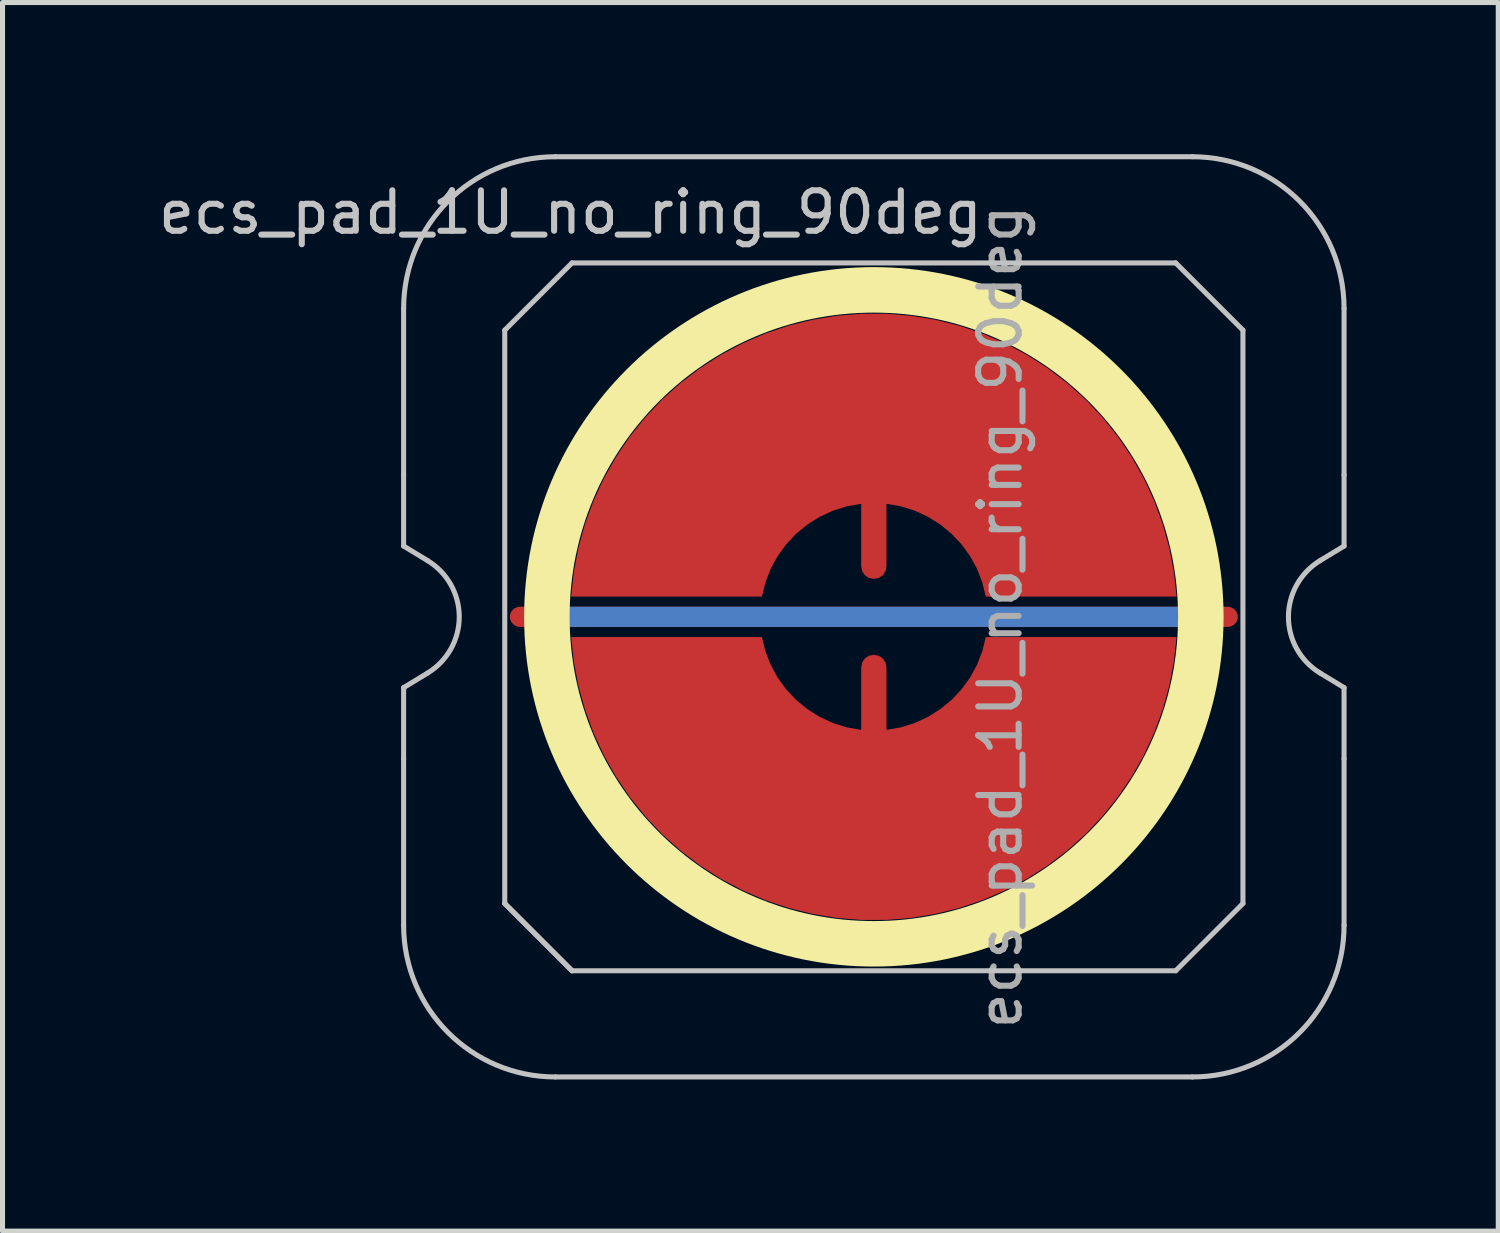
<source format=kicad_pcb>
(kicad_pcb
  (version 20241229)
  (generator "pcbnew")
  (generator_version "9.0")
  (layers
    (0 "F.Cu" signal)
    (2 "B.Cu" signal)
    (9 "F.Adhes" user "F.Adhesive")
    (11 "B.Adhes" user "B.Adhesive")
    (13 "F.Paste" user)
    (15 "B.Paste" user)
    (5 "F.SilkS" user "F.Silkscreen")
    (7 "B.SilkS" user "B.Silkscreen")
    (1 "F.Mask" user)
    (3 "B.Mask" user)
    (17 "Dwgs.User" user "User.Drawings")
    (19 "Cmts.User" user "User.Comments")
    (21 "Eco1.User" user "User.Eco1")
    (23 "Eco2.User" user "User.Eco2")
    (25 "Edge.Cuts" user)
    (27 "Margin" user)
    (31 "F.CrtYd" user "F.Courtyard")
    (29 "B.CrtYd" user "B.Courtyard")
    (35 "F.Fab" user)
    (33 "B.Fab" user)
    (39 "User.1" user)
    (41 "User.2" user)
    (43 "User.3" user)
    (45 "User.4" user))
  (footprint "ecs_pad_1U_no_ring_90deg"
    (layer "F.Cu")
    (at 14.233 9.15)
    (property "Reference" "ecs_pad_1U_no_ring_90deg" (at -6 -8 0) (layer "Dwgs.User") (effects (font (size 0.8 0.8) (thickness 0.12))))
    (attr smd)
    (fp_circle (center 0 0) (end 0 6.467) (stroke (width 0.9) (type solid)) (fill no) (layer "F.SilkS"))
    (fp_line (start -9.3 -2.805) (end -9.3 -6.1) (stroke (width 0.1) (type solid)) (layer "Dwgs.User"))
    (fp_line (start -9.3 -1.4) (end -9.3 -2.805) (stroke (width 0.1) (type solid)) (layer "Dwgs.User"))
    (fp_line (start -9.3 1.4) (end -8.824 1.111) (stroke (width 0.1) (type solid)) (layer "Dwgs.User"))
    (fp_line (start -9.3 2.805) (end -9.3 1.4) (stroke (width 0.1) (type solid)) (layer "Dwgs.User"))
    (fp_line (start -9.3 6.1) (end -9.3 2.805) (stroke (width 0.1) (type solid)) (layer "Dwgs.User"))
    (fp_line (start -8.824 -1.111) (end -9.3 -1.4) (stroke (width 0.1) (type solid)) (layer "Dwgs.User"))
    (fp_line (start -7.3 -5.67) (end -5.97 -7) (stroke (width 0.1) (type solid)) (layer "Dwgs.User"))
    (fp_line (start -7.3 5.67) (end -7.3 -5.67) (stroke (width 0.1) (type solid)) (layer "Dwgs.User"))
    (fp_line (start -7.3 5.67) (end -5.97 7) (stroke (width 0.1) (type solid)) (layer "Dwgs.User"))
    (fp_line (start -6.3 -9.1) (end 6.3 -9.1) (stroke (width 0.1) (type solid)) (layer "Dwgs.User"))
    (fp_line (start -5.97 -7) (end 5.97 -7) (stroke (width 0.1) (type solid)) (layer "Dwgs.User"))
    (fp_line (start -5.97 7) (end -7.3 5.67) (stroke (width 0.1) (type solid)) (layer "Dwgs.User"))
    (fp_line (start 5.97 -7) (end 7.3 -5.67) (stroke (width 0.1) (type solid)) (layer "Dwgs.User"))
    (fp_line (start 5.97 7) (end -5.97 7) (stroke (width 0.1) (type solid)) (layer "Dwgs.User"))
    (fp_line (start 6.3 9.1) (end -6.3 9.1) (stroke (width 0.1) (type solid)) (layer "Dwgs.User"))
    (fp_line (start 7.3 -5.67) (end 7.3 5.67) (stroke (width 0.1) (type solid)) (layer "Dwgs.User"))
    (fp_line (start 7.3 5.67) (end 5.97 7) (stroke (width 0.1) (type solid)) (layer "Dwgs.User"))
    (fp_line (start 8.824 1.111) (end 9.3 1.4) (stroke (width 0.1) (type solid)) (layer "Dwgs.User"))
    (fp_line (start 9.3 -6.1) (end 9.3 -2.805) (stroke (width 0.1) (type solid)) (layer "Dwgs.User"))
    (fp_line (start 9.3 -2.805) (end 9.3 -1.4) (stroke (width 0.1) (type solid)) (layer "Dwgs.User"))
    (fp_line (start 9.3 -1.4) (end 8.824 -1.111) (stroke (width 0.1) (type solid)) (layer "Dwgs.User"))
    (fp_line (start 9.3 1.4) (end 9.3 2.805) (stroke (width 0.1) (type solid)) (layer "Dwgs.User"))
    (fp_line (start 9.3 2.805) (end 9.3 6.1) (stroke (width 0.1) (type solid)) (layer "Dwgs.User"))
    (fp_arc (start -9.3 -6.1) (mid -8.42132 -8.22132) (end -6.3 -9.1) (stroke (width 0.1) (type solid)) (layer "Dwgs.User"))
    (fp_arc (start -8.824333 -1.110619) (mid -8.2 0) (end -8.824333 1.110619) (stroke (width 0.1) (type solid)) (layer "Dwgs.User"))
    (fp_arc (start -6.3 9.1) (mid -8.42132 8.22132) (end -9.3 6.1) (stroke (width 0.1) (type solid)) (layer "Dwgs.User"))
    (fp_arc (start 6.3 -9.1) (mid 8.42132 -8.22132) (end 9.3 -6.1) (stroke (width 0.1) (type solid)) (layer "Dwgs.User"))
    (fp_arc (start 8.824333 1.110619) (mid 8.2 0) (end 8.824333 -1.110619) (stroke (width 0.1) (type solid)) (layer "Dwgs.User"))
    (fp_arc (start 9.3 6.1) (mid 8.42132 8.22132) (end 6.3 9.1) (stroke (width 0.1) (type solid)) (layer "Dwgs.User"))
    (fp_text user "${REFERENCE}" (at 2.5 0 270) (layer "F.Fab") (effects (font (size 0.8 0.8) (thickness 0.12))))
    (pad "1" smd custom (at 0 -1 270) (size 0.4 0.4) (layers "F.Cu") (options (anchor circle)) (primitives (gr_poly (pts (xy 0.6 -2.214) (xy 0.32 -2.145) (xy 0.052 -2.041) (xy -0.201 -1.903) (xy -0.434 -1.734) (xy -0.644 -1.536) (xy -0.826 -1.314) (xy -0.979 -1.07) (xy -1.1 -0.808) (xy -1.186 -0.534) (xy -1.236 -0.25) (xy 0 -0.25) (xy 0.096 -0.231) (xy 0.177 -0.177) (xy 0.231 -0.096) (xy 0.25 0) (xy 0.231 0.096) (xy 0.177 0.177) (xy 0.096 0.231) (xy 0 0.25) (xy -1.236 0.25) (xy -1.186 0.534) (xy -1.1 0.808) (xy -0.979 1.07) (xy -0.826 1.314) (xy -0.644 1.536) (xy -0.434 1.734) (xy -0.201 1.903) (xy 0.052 2.041) (xy 0.32 2.145) (xy 0.6 2.214) (xy 0.6 5.987) (xy 0.115 5.934) (xy -0.364 5.843) (xy -0.834 5.713) (xy -1.292 5.545) (xy -1.735 5.341) (xy -2.159 5.101) (xy -2.563 4.827) (xy -2.943 4.522) (xy -3.298 4.187) (xy -3.623 3.824) (xy -3.919 3.436) (xy -4.182 3.025) (xy -4.41 2.594) (xy -4.603 2.147) (xy -4.759 1.684) (xy -4.876 1.211) (xy -4.955 0.73) (xy -4.995 0.244) (xy -4.995 -0.244) (xy -4.955 -0.73) (xy -4.876 -1.211) (xy -4.759 -1.684) (xy -4.603 -2.147) (xy -4.41 -2.594) (xy -4.182 -3.025) (xy -3.919 -3.436) (xy -3.623 -3.824) (xy -3.298 -4.187) (xy -2.943 -4.522) (xy -2.563 -4.827) (xy -2.159 -5.101) (xy -1.735 -5.341) (xy -1.292 -5.545) (xy -0.834 -5.713) (xy -0.364 -5.843) (xy 0.115 -5.934) (xy 0.6 -5.987)) (width 0) (fill yes))))
    (pad "2" smd custom (at 0 1 90) (size 0.4 0.4) (layers "F.Cu") (options (anchor circle)) (primitives (gr_poly (pts (xy 0.6 -2.214) (xy 0.32 -2.145) (xy 0.052 -2.041) (xy -0.201 -1.903) (xy -0.434 -1.734) (xy -0.644 -1.536) (xy -0.826 -1.314) (xy -0.979 -1.07) (xy -1.1 -0.808) (xy -1.186 -0.534) (xy -1.236 -0.25) (xy 0 -0.25) (xy 0.096 -0.231) (xy 0.177 -0.177) (xy 0.231 -0.096) (xy 0.25 0) (xy 0.231 0.096) (xy 0.177 0.177) (xy 0.096 0.231) (xy 0 0.25) (xy -1.236 0.25) (xy -1.186 0.534) (xy -1.1 0.808) (xy -0.979 1.07) (xy -0.826 1.314) (xy -0.644 1.536) (xy -0.434 1.734) (xy -0.201 1.903) (xy 0.052 2.041) (xy 0.32 2.145) (xy 0.6 2.214) (xy 0.6 5.987) (xy 0.115 5.934) (xy -0.364 5.843) (xy -0.834 5.713) (xy -1.292 5.545) (xy -1.735 5.341) (xy -2.159 5.101) (xy -2.563 4.827) (xy -2.943 4.522) (xy -3.298 4.187) (xy -3.623 3.824) (xy -3.919 3.436) (xy -4.182 3.025) (xy -4.41 2.594) (xy -4.603 2.147) (xy -4.759 1.684) (xy -4.876 1.211) (xy -4.955 0.73) (xy -4.995 0.244) (xy -4.995 -0.244) (xy -4.955 -0.73) (xy -4.876 -1.211) (xy -4.759 -1.684) (xy -4.603 -2.147) (xy -4.41 -2.594) (xy -4.182 -3.025) (xy -3.919 -3.436) (xy -3.623 -3.824) (xy -3.298 -4.187) (xy -2.943 -4.522) (xy -2.563 -4.827) (xy -2.159 -5.101) (xy -1.735 -5.341) (xy -1.292 -5.545) (xy -0.834 -5.713) (xy -0.364 -5.843) (xy 0.115 -5.934) (xy 0.6 -5.987)) (width 0) (fill yes))))
    (pad "3" smd custom (at 0 0 270) (size 0.4 0.4) (layers "F.Cu") (options (anchor rect)) (primitives (gr_line (start 0 -7) (end 0 7) (width 0.4))))
    (pad "3" smd custom (at 0 0 270) (size 0.4 0.4) (layers "B.Cu") (options (anchor rect)) (primitives (gr_line (start 0 -6.5) (end 0 6.5) (width 0.4))))
    (zone (net_name "") (layer "F.Cu") (hatch edge 0.508) (connect_pads) (min_thickness 0.254) (filled_areas_thickness no) (keepout (tracks allowed) (vias allowed) (pads allowed) (copperpour not_allowed) (footprints allowed)) (placement (enabled no)) (fill) (polygon (pts (xy 21.238 9.15) (xy 21.219 8.637) (xy 21.163 8.127) (xy 21.07 7.622) (xy 20.939 7.125) (xy 20.773 6.64) (xy 20.572 6.167) (xy 20.336 5.711) (xy 20.068 5.274) (xy 19.768 4.857) (xy 19.439 4.463) (xy 19.082 4.094) (xy 18.698 3.753) (xy 18.291 3.44) (xy 17.862 3.158) (xy 17.413 2.909) (xy 16.948 2.692) (xy 16.468 2.511) (xy 15.975 2.365) (xy 15.474 2.256) (xy 14.966 2.183) (xy 14.453 2.149) (xy 13.94 2.151) (xy 13.428 2.192) (xy 12.921 2.269) (xy 12.42 2.384) (xy 11.93 2.535) (xy 11.451 2.721) (xy 10.988 2.942) (xy 10.542 3.197) (xy 10.116 3.483) (xy 9.712 3.8) (xy 9.332 4.145) (xy 8.979 4.518) (xy 8.654 4.915) (xy 8.359 5.335) (xy 8.095 5.775) (xy 7.864 6.234) (xy 7.668 6.708) (xy 7.507 7.196) (xy 7.382 7.694) (xy 7.293 8.199) (xy 7.242 8.71) (xy 7.229 9.223) (xy 7.253 9.736) (xy 7.315 10.246) (xy 7.414 10.75) (xy 7.549 11.245) (xy 7.72 11.729) (xy 7.927 12.199) (xy 8.167 12.652) (xy 8.44 13.087) (xy 8.744 13.501) (xy 9.077 13.891) (xy 9.438 14.256) (xy 9.825 14.594) (xy 10.236 14.902) (xy 10.668 15.179) (xy 11.119 15.424) (xy 11.587 15.636) (xy 12.069 15.812) (xy 12.562 15.953) (xy 13.065 16.057) (xy 13.574 16.124) (xy 14.087 16.153) (xy 14.6 16.145) (xy 15.111 16.1) (xy 15.618 16.017) (xy 16.117 15.897) (xy 16.606 15.741) (xy 17.082 15.549) (xy 17.544 15.323) (xy 17.987 15.064) (xy 18.41 14.774) (xy 18.81 14.453) (xy 19.187 14.103) (xy 19.536 13.727) (xy 19.857 13.326) (xy 20.148 12.903) (xy 20.407 12.46) (xy 20.633 11.999) (xy 20.824 11.523) (xy 20.98 11.034) (xy 21.1 10.535) (xy 21.183 10.028) (xy 21.229 9.517))))
    (zone (net_name "") (layer "B.Cu") (hatch edge 0.508) (connect_pads) (min_thickness 0.254) (filled_areas_thickness no) (keepout (tracks allowed) (vias allowed) (pads allowed) (copperpour not_allowed) (footprints allowed)) (placement (enabled no)) (fill) (polygon (pts (xy 20.792 9.15) (xy 20.771 8.635) (xy 20.711 8.124) (xy 20.61 7.619) (xy 20.471 7.123) (xy 20.292 6.64) (xy 20.077 6.173) (xy 19.825 5.723) (xy 19.539 5.295) (xy 19.22 4.891) (xy 18.871 4.513) (xy 18.493 4.163) (xy 18.088 3.844) (xy 17.66 3.558) (xy 17.211 3.307) (xy 16.743 3.091) (xy 16.26 2.913) (xy 15.764 2.773) (xy 15.259 2.672) (xy 14.748 2.612) (xy 14.233 2.592) (xy 13.719 2.612) (xy 13.207 2.672) (xy 12.702 2.773) (xy 12.207 2.913) (xy 11.724 3.091) (xy 11.256 3.307) (xy 10.807 3.558) (xy 10.378 3.844) (xy 9.974 4.163) (xy 9.596 4.513) (xy 9.246 4.891) (xy 8.928 5.295) (xy 8.642 5.723) (xy 8.39 6.173) (xy 8.174 6.64) (xy 7.996 7.123) (xy 7.856 7.619) (xy 7.756 8.124) (xy 7.695 8.635) (xy 7.675 9.15) (xy 7.695 9.665) (xy 7.756 10.176) (xy 7.856 10.681) (xy 7.996 11.177) (xy 8.174 11.66) (xy 8.39 12.127) (xy 8.642 12.577) (xy 8.928 13.005) (xy 9.246 13.409) (xy 9.596 13.787) (xy 9.974 14.137) (xy 10.378 14.456) (xy 10.807 14.742) (xy 11.256 14.993) (xy 11.724 15.209) (xy 12.207 15.387) (xy 12.702 15.527) (xy 13.207 15.628) (xy 13.719 15.688) (xy 14.233 15.708) (xy 14.748 15.688) (xy 15.259 15.628) (xy 15.764 15.527) (xy 16.26 15.387) (xy 16.743 15.209) (xy 17.211 14.993) (xy 17.66 14.742) (xy 18.088 14.456) (xy 18.493 14.137) (xy 18.871 13.787) (xy 19.22 13.409) (xy 19.539 13.005) (xy 19.825 12.577) (xy 20.077 12.127) (xy 20.292 11.66) (xy 20.471 11.177) (xy 20.61 10.681) (xy 20.711 10.176) (xy 20.771 9.665)))))
  (gr_rect
    (start -3 -3)
    (end 26.583 21.3)
    (stroke (width 0.1) (type default))
    (fill no)
    (layer "Edge.Cuts")))
</source>
